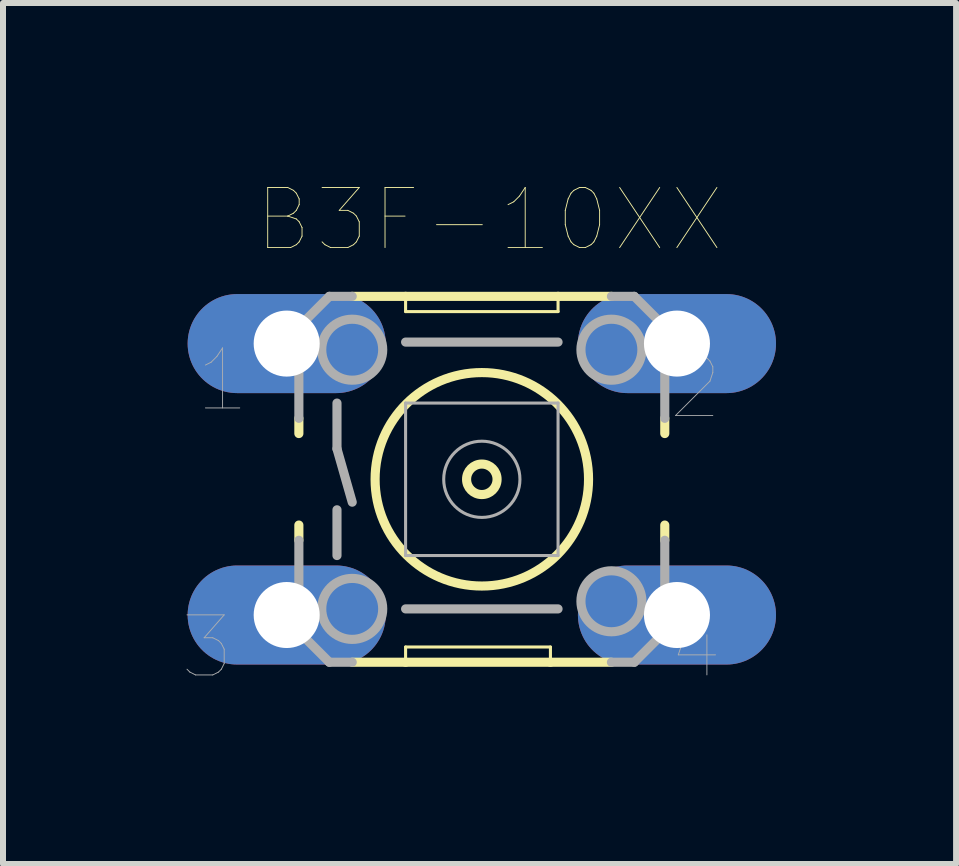
<source format=kicad_pcb>
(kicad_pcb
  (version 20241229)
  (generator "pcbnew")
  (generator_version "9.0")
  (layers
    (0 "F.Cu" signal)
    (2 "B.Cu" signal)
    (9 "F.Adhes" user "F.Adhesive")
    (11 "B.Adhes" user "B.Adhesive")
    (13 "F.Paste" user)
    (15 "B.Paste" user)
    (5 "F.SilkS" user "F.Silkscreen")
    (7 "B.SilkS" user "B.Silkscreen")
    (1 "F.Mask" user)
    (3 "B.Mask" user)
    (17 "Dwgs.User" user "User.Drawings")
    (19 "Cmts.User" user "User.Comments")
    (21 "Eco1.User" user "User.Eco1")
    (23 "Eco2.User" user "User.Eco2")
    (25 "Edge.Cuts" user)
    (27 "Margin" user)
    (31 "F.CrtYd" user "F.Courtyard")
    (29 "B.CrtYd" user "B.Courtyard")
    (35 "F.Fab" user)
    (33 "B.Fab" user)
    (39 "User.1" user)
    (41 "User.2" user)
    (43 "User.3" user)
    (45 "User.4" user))
  (footprint "B3F-10XX"
    (layer "F.Cu")
    (at 4.977 4.935)
    (property "Reference" "B3F-10XX" (at 0.127 -4.323 0) (layer "F.SilkS") (effects (font (size 1.001 1.001) (thickness 0.015))))
    (attr through_hole)
    (fp_line (start -3.048 -0.762) (end -3.048 -1.016) (stroke (width 0.152) (type solid)) (layer "F.SilkS"))
    (fp_line (start -3.048 0.762) (end -3.048 1.016) (stroke (width 0.152) (type solid)) (layer "F.SilkS"))
    (fp_line (start -2.159 3.048) (end -1.27 3.048) (stroke (width 0.152) (type solid)) (layer "F.SilkS"))
    (fp_line (start -1.27 -3.048) (end -2.159 -3.048) (stroke (width 0.152) (type solid)) (layer "F.SilkS"))
    (fp_line (start -1.27 -3.048) (end -1.27 -2.794) (stroke (width 0.051) (type solid)) (layer "F.SilkS"))
    (fp_line (start -1.27 2.794) (end -1.27 3.048) (stroke (width 0.051) (type solid)) (layer "F.SilkS"))
    (fp_line (start -1.27 3.048) (end 1.143 3.048) (stroke (width 0.152) (type solid)) (layer "F.SilkS"))
    (fp_line (start 1.143 2.794) (end -1.27 2.794) (stroke (width 0.051) (type solid)) (layer "F.SilkS"))
    (fp_line (start 1.143 2.794) (end 1.143 3.048) (stroke (width 0.051) (type solid)) (layer "F.SilkS"))
    (fp_line (start 1.143 3.048) (end 2.159 3.048) (stroke (width 0.152) (type solid)) (layer "F.SilkS"))
    (fp_line (start 1.27 -3.048) (end -1.27 -3.048) (stroke (width 0.152) (type solid)) (layer "F.SilkS"))
    (fp_line (start 1.27 -2.794) (end -1.27 -2.794) (stroke (width 0.051) (type solid)) (layer "F.SilkS"))
    (fp_line (start 1.27 -2.794) (end 1.27 -3.048) (stroke (width 0.051) (type solid)) (layer "F.SilkS"))
    (fp_line (start 2.159 -3.048) (end 1.27 -3.048) (stroke (width 0.152) (type solid)) (layer "F.SilkS"))
    (fp_line (start 3.048 -0.762) (end 3.048 -1.016) (stroke (width 0.152) (type solid)) (layer "F.SilkS"))
    (fp_line (start 3.048 0.762) (end 3.048 1.016) (stroke (width 0.152) (type solid)) (layer "F.SilkS"))
    (fp_circle (center 0 0) (end 0.254 0) (stroke (width 0.152) (type solid)) (fill no) (layer "F.SilkS"))
    (fp_circle (center 0 0) (end 1.778 0) (stroke (width 0.152) (type solid)) (fill no) (layer "F.SilkS"))
    (fp_line (start -3.048 -2.54) (end -3.048 -1.016) (stroke (width 0.152) (type solid)) (layer "F.Fab"))
    (fp_line (start -3.048 2.54) (end -3.048 1.016) (stroke (width 0.152) (type solid)) (layer "F.Fab"))
    (fp_line (start -2.54 -3.048) (end -3.048 -2.54) (stroke (width 0.152) (type solid)) (layer "F.Fab"))
    (fp_line (start -2.54 -3.048) (end -2.159 -3.048) (stroke (width 0.152) (type solid)) (layer "F.Fab"))
    (fp_line (start -2.54 3.048) (end -3.048 2.54) (stroke (width 0.152) (type solid)) (layer "F.Fab"))
    (fp_line (start -2.54 3.048) (end -2.159 3.048) (stroke (width 0.152) (type solid)) (layer "F.Fab"))
    (fp_line (start -2.413 -1.27) (end -2.413 -0.508) (stroke (width 0.152) (type solid)) (layer "F.Fab"))
    (fp_line (start -2.413 -0.508) (end -2.159 0.381) (stroke (width 0.152) (type solid)) (layer "F.Fab"))
    (fp_line (start -2.413 0.508) (end -2.413 1.27) (stroke (width 0.152) (type solid)) (layer "F.Fab"))
    (fp_line (start -1.27 -1.27) (end -1.27 1.27) (stroke (width 0.051) (type solid)) (layer "F.Fab"))
    (fp_line (start -1.27 -1.27) (end 1.27 -1.27) (stroke (width 0.051) (type solid)) (layer "F.Fab"))
    (fp_line (start -1.27 2.159) (end 1.27 2.159) (stroke (width 0.152) (type solid)) (layer "F.Fab"))
    (fp_line (start 1.27 -2.286) (end -1.27 -2.286) (stroke (width 0.152) (type solid)) (layer "F.Fab"))
    (fp_line (start 1.27 1.27) (end -1.27 1.27) (stroke (width 0.051) (type solid)) (layer "F.Fab"))
    (fp_line (start 1.27 1.27) (end 1.27 -1.27) (stroke (width 0.051) (type solid)) (layer "F.Fab"))
    (fp_line (start 2.54 -3.048) (end 2.159 -3.048) (stroke (width 0.152) (type solid)) (layer "F.Fab"))
    (fp_line (start 2.54 3.048) (end 2.159 3.048) (stroke (width 0.152) (type solid)) (layer "F.Fab"))
    (fp_line (start 2.54 3.048) (end 3.048 2.54) (stroke (width 0.152) (type solid)) (layer "F.Fab"))
    (fp_line (start 3.048 -2.54) (end 2.54 -3.048) (stroke (width 0.152) (type solid)) (layer "F.Fab"))
    (fp_line (start 3.048 -1.016) (end 3.048 -2.54) (stroke (width 0.152) (type solid)) (layer "F.Fab"))
    (fp_line (start 3.048 2.54) (end 3.048 1.016) (stroke (width 0.152) (type solid)) (layer "F.Fab"))
    (fp_circle (center -2.159 -2.159) (end -1.651 -2.159) (stroke (width 0.152) (type solid)) (fill no) (layer "F.Fab"))
    (fp_circle (center -2.159 2.159) (end -1.651 2.159) (stroke (width 0.152) (type solid)) (fill no) (layer "F.Fab"))
    (fp_circle (center 0 0) (end 0.635 0) (stroke (width 0.051) (type solid)) (fill no) (layer "F.Fab"))
    (fp_circle (center 2.159 -2.159) (end 2.667 -2.159) (stroke (width 0.152) (type solid)) (fill no) (layer "F.Fab"))
    (fp_circle (center 2.159 2.032) (end 2.667 2.032) (stroke (width 0.152) (type solid)) (fill no) (layer "F.Fab"))
    (fp_text user "3" (at -4.578 2.797 0) (layer "F.Fab") (effects (font (size 1.001 1.001) (thickness 0.015))))
    (fp_text user "1" (at -4.319 -1.651 0) (layer "F.Fab") (effects (font (size 1 1) (thickness 0.015))))
    (fp_text user "2" (at 3.562 -1.526 0) (layer "F.Fab") (effects (font (size 1.002 1.002) (thickness 0.015))))
    (fp_text user "4" (at 3.559 2.796 0) (layer "F.Fab") (effects (font (size 1.001 1.001) (thickness 0.015))))
    (pad "1" thru_hole oval (at -3.251 -2.261) (size 3.3 1.65) (drill 1.1) (layers "*.Cu" "*.Mask"))
    (pad "2" thru_hole oval (at 3.251 -2.261) (size 3.3 1.65) (drill 1.1) (layers "*.Cu" "*.Mask"))
    (pad "3" thru_hole oval (at -3.251 2.261) (size 3.3 1.65) (drill 1.1) (layers "*.Cu" "*.Mask"))
    (pad "4" thru_hole oval (at 3.251 2.261) (size 3.3 1.65) (drill 1.1) (layers "*.Cu" "*.Mask")))
  (gr_rect
    (start -3 -3)
    (end 12.878 11.344)
    (stroke (width 0.1) (type default))
    (fill no)
    (layer "Edge.Cuts")))
</source>
